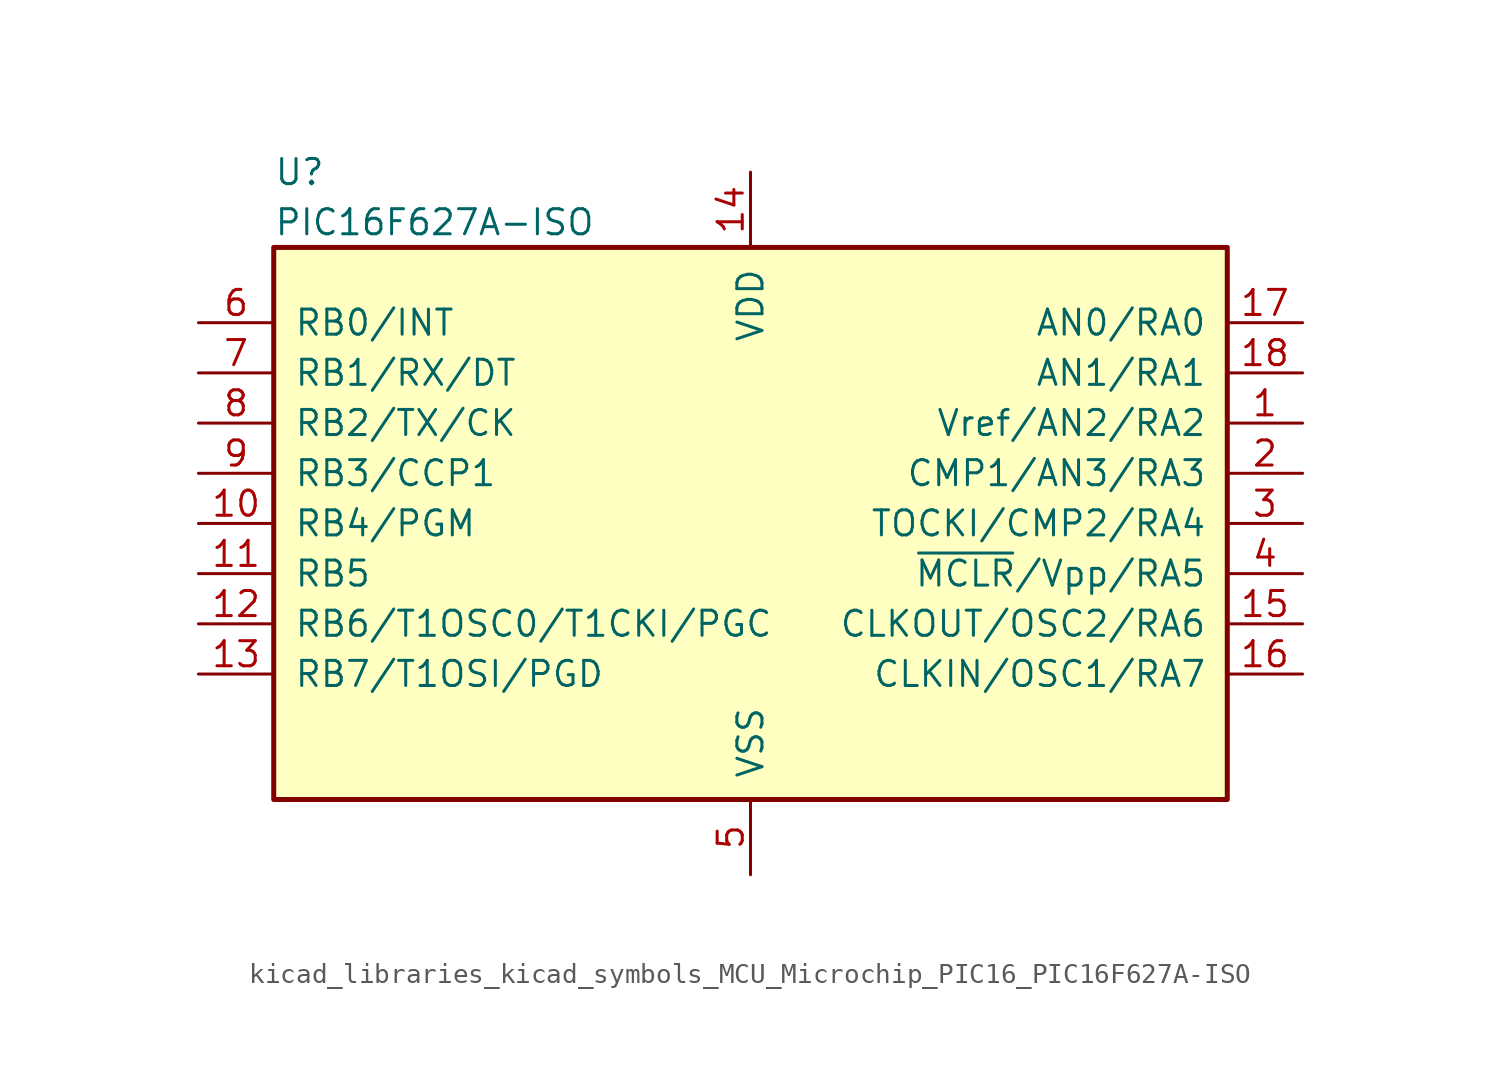
<source format=kicad_sym>
(kicad_symbol_lib
  (version 20220914)
  (generator kicad_symbol_editor)
  (symbol "kicad_libraries_kicad_symbols_MCU_Microchip_PIC16_PIC16F627A-ISO"
    (pin_names
      (offset 1.016))
    (property "Reference" "U"
      (at -24.13 17.78 0)
      (effects (font (size 1.27 1.27)) (justify left)))
    (property "Value" "PIC16F627A-ISO"
      (at -24.13 15.24 0)
      (effects (font (size 1.27 1.27)) (justify left)))
    (symbol "kicad_libraries_kicad_symbols_MCU_Microchip_PIC16_PIC16F627A-ISO_0_1"
      (rectangle (start 24.13 13.97) (end -24.13 -13.97) (stroke (width 0.254) (type default)) (fill (type background))))
    (symbol "kicad_libraries_kicad_symbols_MCU_Microchip_PIC16_PIC16F627A-ISO_1_1"
      (pin bidirectional line (at 27.94 5.08 180) (length 3.81) (name "Vref/AN2/RA2" (effects (font (size 1.27 1.27)))) (number "1" (effects (font (size 1.27 1.27)))))
      (pin bidirectional line (at -27.94 0 0) (length 3.81) (name "RB4/PGM" (effects (font (size 1.27 1.27)))) (number "10" (effects (font (size 1.27 1.27)))))
      (pin bidirectional line (at -27.94 -2.54 0) (length 3.81) (name "RB5" (effects (font (size 1.27 1.27)))) (number "11" (effects (font (size 1.27 1.27)))))
      (pin bidirectional line (at -27.94 -5.08 0) (length 3.81) (name "RB6/T1OSC0/T1CKI/PGC" (effects (font (size 1.27 1.27)))) (number "12" (effects (font (size 1.27 1.27)))))
      (pin bidirectional line (at -27.94 -7.62 0) (length 3.81) (name "RB7/T1OSI/PGD" (effects (font (size 1.27 1.27)))) (number "13" (effects (font (size 1.27 1.27)))))
      (pin power_in line (at 0 17.78 270) (length 3.81) (name "VDD" (effects (font (size 1.27 1.27)))) (number "14" (effects (font (size 1.27 1.27)))))
      (pin bidirectional line (at 27.94 -5.08 180) (length 3.81) (name "CLKOUT/OSC2/RA6" (effects (font (size 1.27 1.27)))) (number "15" (effects (font (size 1.27 1.27)))))
      (pin bidirectional line (at 27.94 -7.62 180) (length 3.81) (name "CLKIN/OSC1/RA7" (effects (font (size 1.27 1.27)))) (number "16" (effects (font (size 1.27 1.27)))))
      (pin bidirectional line (at 27.94 10.16 180) (length 3.81) (name "AN0/RA0" (effects (font (size 1.27 1.27)))) (number "17" (effects (font (size 1.27 1.27)))))
      (pin bidirectional line (at 27.94 7.62 180) (length 3.81) (name "AN1/RA1" (effects (font (size 1.27 1.27)))) (number "18" (effects (font (size 1.27 1.27)))))
      (pin bidirectional line (at 27.94 2.54 180) (length 3.81) (name "CMP1/AN3/RA3" (effects (font (size 1.27 1.27)))) (number "2" (effects (font (size 1.27 1.27)))))
      (pin bidirectional line (at 27.94 0 180) (length 3.81) (name "TOCKI/CMP2/RA4" (effects (font (size 1.27 1.27)))) (number "3" (effects (font (size 1.27 1.27)))))
      (pin input line (at 27.94 -2.54 180) (length 3.81) (name "~{MCLR}/Vpp/RA5" (effects (font (size 1.27 1.27)))) (number "4" (effects (font (size 1.27 1.27)))))
      (pin power_in line (at 0 -17.78 90) (length 3.81) (name "VSS" (effects (font (size 1.27 1.27)))) (number "5" (effects (font (size 1.27 1.27)))))
      (pin bidirectional line (at -27.94 10.16 0) (length 3.81) (name "RB0/INT" (effects (font (size 1.27 1.27)))) (number "6" (effects (font (size 1.27 1.27)))))
      (pin bidirectional line (at -27.94 7.62 0) (length 3.81) (name "RB1/RX/DT" (effects (font (size 1.27 1.27)))) (number "7" (effects (font (size 1.27 1.27)))))
      (pin bidirectional line (at -27.94 5.08 0) (length 3.81) (name "RB2/TX/CK" (effects (font (size 1.27 1.27)))) (number "8" (effects (font (size 1.27 1.27)))))
      (pin bidirectional line (at -27.94 2.54 0) (length 3.81) (name "RB3/CCP1" (effects (font (size 1.27 1.27)))) (number "9" (effects (font (size 1.27 1.27))))))))
</source>
